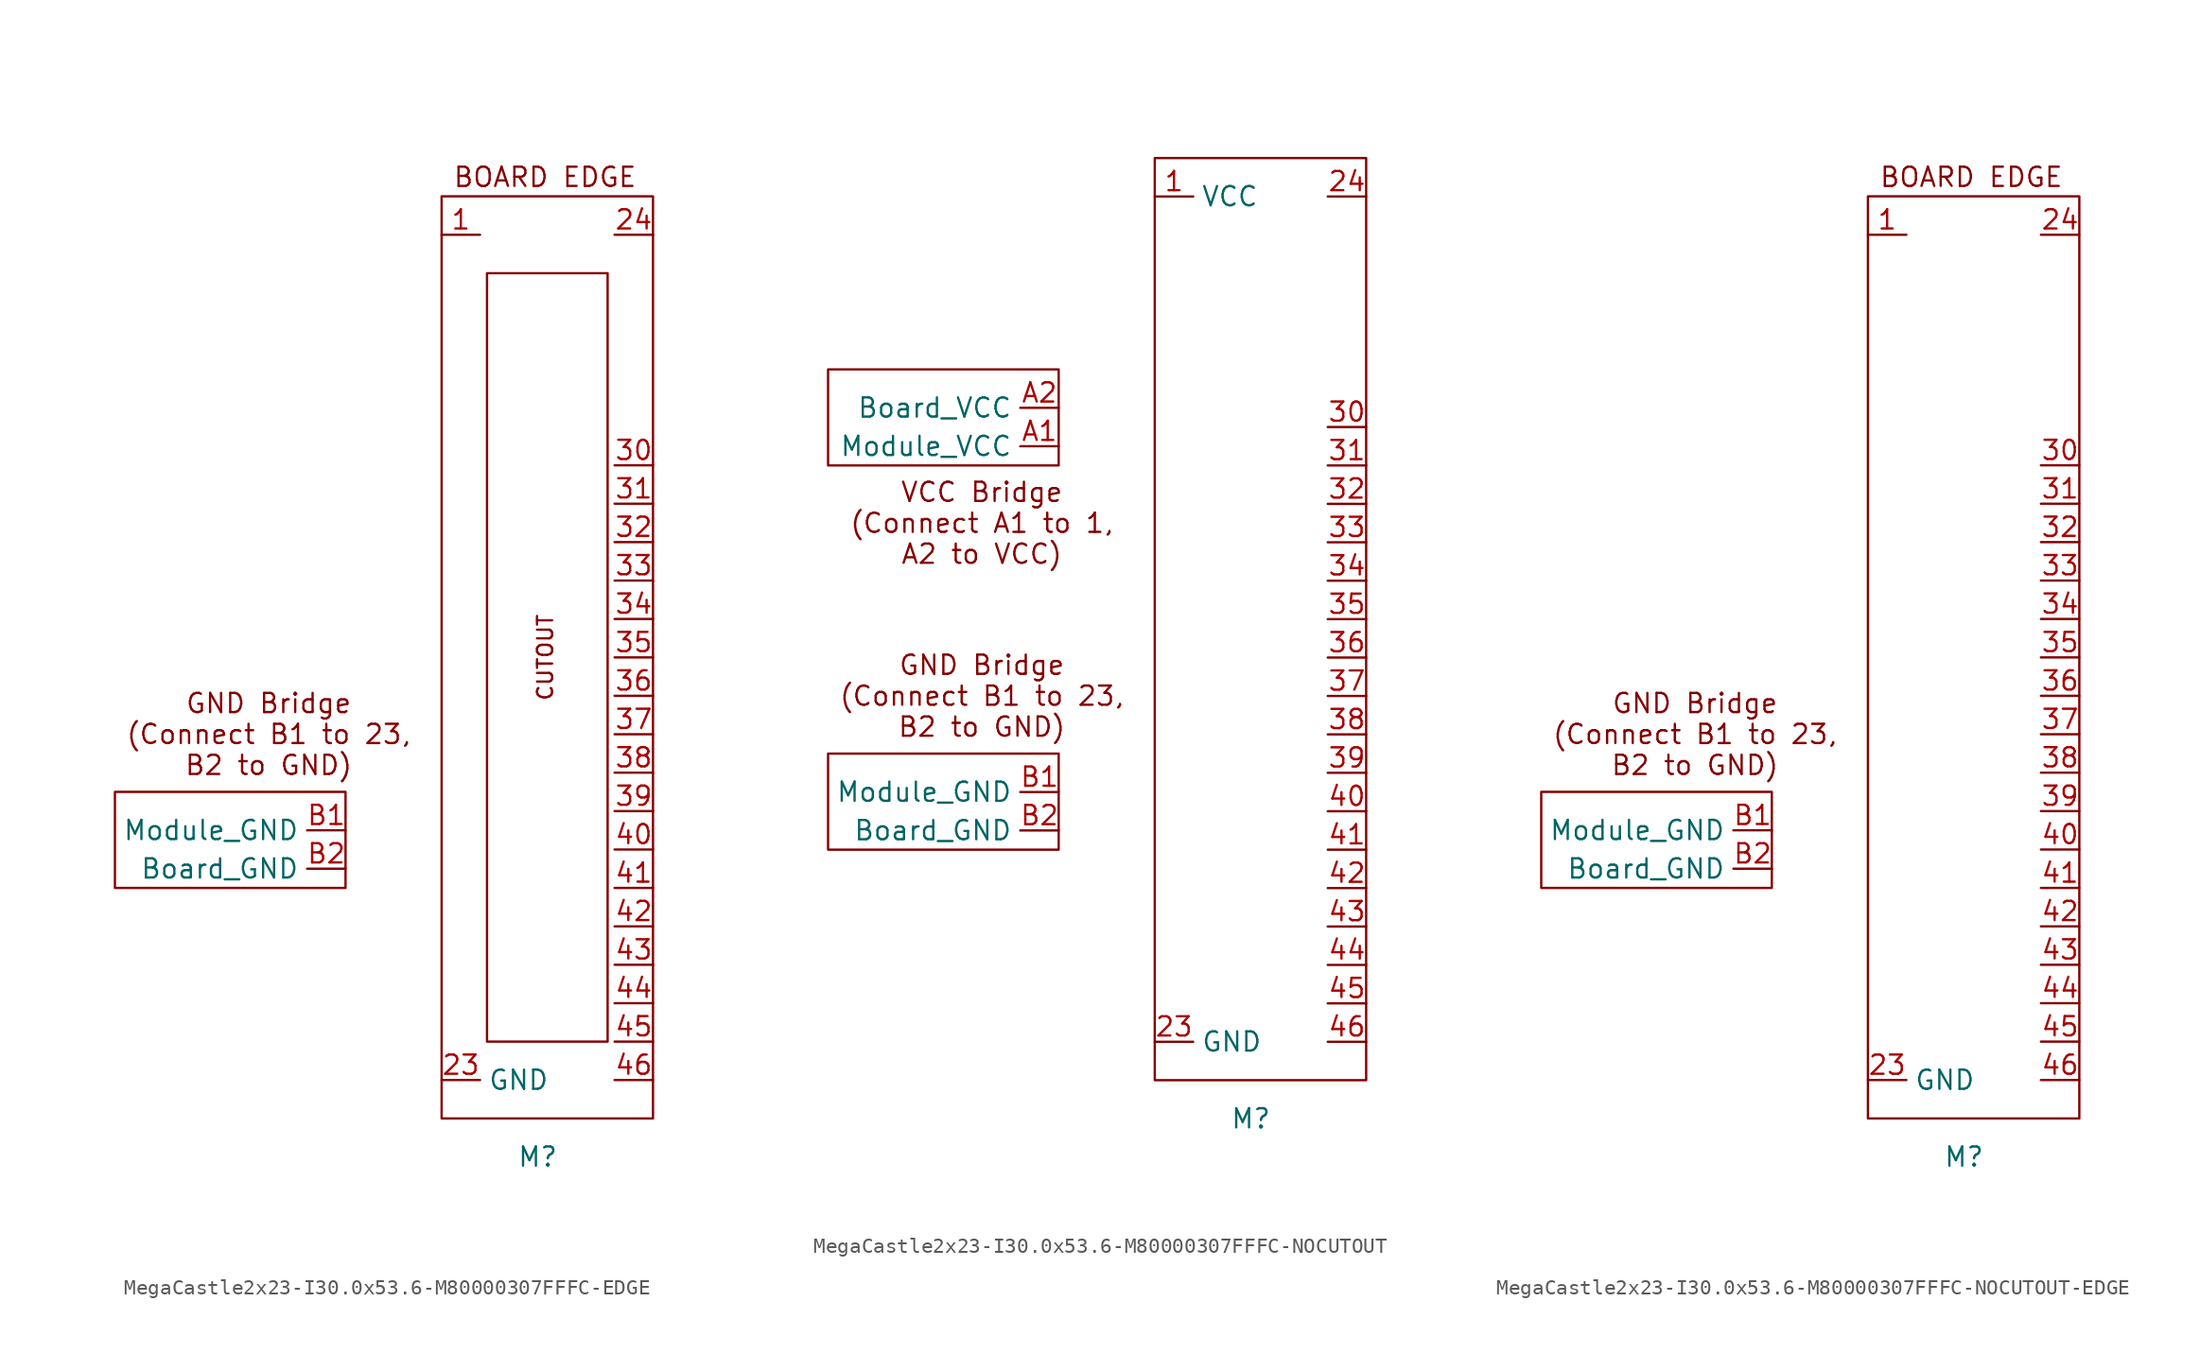
<source format=kicad_sym>
(kicad_symbol_lib
  (version 20231120)
  (generator "kicad_symbol_editor")
  (generator_version "8.0")
  (symbol "MegaCastle2x23-I30.0x53.6-M80000307FFFC-EDGE"
    (property "Reference" "M"
      (at 0 -33.02 0)
      (effects (font (size 1.27 1.27))))
    (property "Value" ""
      (at 0 5.08 0)
      (effects (font (size 1.27 1.27))))
    (symbol "MegaCastle2x23-I30.0x53.6-M80000307FFFC-EDGE_0_1"
      (rectangle (start -27.94 -8.89) (end -12.7 -15.24) (stroke (width 0) (type default)) (fill (type none)))
      (rectangle (start -6.35 30.48) (end 7.62 -30.48) (stroke (width 0) (type default)) (fill (type none)))
      (rectangle (start -3.35 25.4) (end 4.62 -25.4) (stroke (width 0) (type default)) (fill (type none))))
    (symbol "MegaCastle2x23-I30.0x53.6-M80000307FFFC-EDGE_1_1"
      (text "GND Bridge\n(Connect B1 to 23,\nB2 to GND)" (at -17.78 -5.08 0) (effects (font (size 1.27 1.27))))
      (text " BOARD EDGE" (at 0 31.75 0) (effects (font (size 1.27 1.27))))
      (text "CUTOUT" (at 0.5 0 900) (effects (font (size 1 1))))
      (pin bidirectional line (at -6.35 27.94 0) (length 2.54) (name "" (effects (font (size 1.27 1.27)))) (number "1" (effects (font (size 1.27 1.27)))))
      (pin bidirectional line (at -6.35 -27.94 0) (length 2.54) (name "GND" (effects (font (size 1.27 1.27)))) (number "23" (effects (font (size 1.27 1.27)))))
      (pin bidirectional line (at 7.62 27.94 180) (length 2.54) (name "" (effects (font (size 1.27 1.27)))) (number "24" (effects (font (size 1.27 1.27)))))
      (pin bidirectional line (at 7.62 12.7 180) (length 2.54) (name "" (effects (font (size 1.27 1.27)))) (number "30" (effects (font (size 1.27 1.27)))))
      (pin bidirectional line (at 7.62 10.16 180) (length 2.54) (name "" (effects (font (size 1.27 1.27)))) (number "31" (effects (font (size 1.27 1.27)))))
      (pin bidirectional line (at 7.62 7.62 180) (length 2.54) (name "" (effects (font (size 1.27 1.27)))) (number "32" (effects (font (size 1.27 1.27)))))
      (pin bidirectional line (at 7.62 5.08 180) (length 2.54) (name "" (effects (font (size 1.27 1.27)))) (number "33" (effects (font (size 1.27 1.27)))))
      (pin bidirectional line (at 7.62 2.54 180) (length 2.54) (name "" (effects (font (size 1.27 1.27)))) (number "34" (effects (font (size 1.27 1.27)))))
      (pin bidirectional line (at 7.62 0 180) (length 2.54) (name "" (effects (font (size 1.27 1.27)))) (number "35" (effects (font (size 1.27 1.27)))))
      (pin bidirectional line (at 7.62 -2.54 180) (length 2.54) (name "" (effects (font (size 1.27 1.27)))) (number "36" (effects (font (size 1.27 1.27)))))
      (pin bidirectional line (at 7.62 -5.08 180) (length 2.54) (name "" (effects (font (size 1.27 1.27)))) (number "37" (effects (font (size 1.27 1.27)))))
      (pin bidirectional line (at 7.62 -7.62 180) (length 2.54) (name "" (effects (font (size 1.27 1.27)))) (number "38" (effects (font (size 1.27 1.27)))))
      (pin bidirectional line (at 7.62 -10.16 180) (length 2.54) (name "" (effects (font (size 1.27 1.27)))) (number "39" (effects (font (size 1.27 1.27)))))
      (pin bidirectional line (at 7.62 -12.7 180) (length 2.54) (name "" (effects (font (size 1.27 1.27)))) (number "40" (effects (font (size 1.27 1.27)))))
      (pin bidirectional line (at 7.62 -15.24 180) (length 2.54) (name "" (effects (font (size 1.27 1.27)))) (number "41" (effects (font (size 1.27 1.27)))))
      (pin bidirectional line (at 7.62 -17.78 180) (length 2.54) (name "" (effects (font (size 1.27 1.27)))) (number "42" (effects (font (size 1.27 1.27)))))
      (pin bidirectional line (at 7.62 -20.32 180) (length 2.54) (name "" (effects (font (size 1.27 1.27)))) (number "43" (effects (font (size 1.27 1.27)))))
      (pin bidirectional line (at 7.62 -22.86 180) (length 2.54) (name "" (effects (font (size 1.27 1.27)))) (number "44" (effects (font (size 1.27 1.27)))))
      (pin bidirectional line (at 7.62 -25.4 180) (length 2.54) (name "" (effects (font (size 1.27 1.27)))) (number "45" (effects (font (size 1.27 1.27)))))
      (pin bidirectional line (at 7.62 -27.94 180) (length 2.54) (name "" (effects (font (size 1.27 1.27)))) (number "46" (effects (font (size 1.27 1.27)))))
      (pin bidirectional line (at -12.7 -11.43 180) (length 2.54) (name "Module_GND" (effects (font (size 1.27 1.27)))) (number "B1" (effects (font (size 1.27 1.27)))))
      (pin bidirectional line (at -12.7 -13.97 180) (length 2.54) (name "Board_GND" (effects (font (size 1.27 1.27)))) (number "B2" (effects (font (size 1.27 1.27)))))))
  (symbol "MegaCastle2x23-I30.0x53.6-M80000307FFFC-NOCUTOUT"
    (property "Reference" "M"
      (at 0 -33.02 0)
      (effects (font (size 1.27 1.27))))
    (property "Value" ""
      (at 0 5.08 0)
      (effects (font (size 1.27 1.27))))
    (symbol "MegaCastle2x23-I30.0x53.6-M80000307FFFC-NOCUTOUT_0_1"
      (rectangle (start -27.94 16.51) (end -12.7 10.16) (stroke (width 0) (type default)) (fill (type none)))
      (rectangle (start -27.94 -8.89) (end -12.7 -15.24) (stroke (width 0) (type default)) (fill (type none)))
      (rectangle (start -6.35 30.48) (end 7.62 -30.48) (stroke (width 0) (type default)) (fill (type none))))
    (symbol "MegaCastle2x23-I30.0x53.6-M80000307FFFC-NOCUTOUT_1_1"
      (text "GND Bridge\n(Connect B1 to 23,\nB2 to GND)" (at -17.78 -5.08 0) (effects (font (size 1.27 1.27))))
      (text "VCC Bridge\n(Connect A1 to 1,\nA2 to VCC)" (at -17.78 6.35 0) (effects (font (size 1.27 1.27))))
      (pin bidirectional line (at -6.35 27.94 0) (length 2.54) (name "VCC" (effects (font (size 1.27 1.27)))) (number "1" (effects (font (size 1.27 1.27)))))
      (pin bidirectional line (at -6.35 -27.94 0) (length 2.54) (name "GND" (effects (font (size 1.27 1.27)))) (number "23" (effects (font (size 1.27 1.27)))))
      (pin bidirectional line (at 7.62 27.94 180) (length 2.54) (name "" (effects (font (size 1.27 1.27)))) (number "24" (effects (font (size 1.27 1.27)))))
      (pin bidirectional line (at 7.62 12.7 180) (length 2.54) (name "" (effects (font (size 1.27 1.27)))) (number "30" (effects (font (size 1.27 1.27)))))
      (pin bidirectional line (at 7.62 10.16 180) (length 2.54) (name "" (effects (font (size 1.27 1.27)))) (number "31" (effects (font (size 1.27 1.27)))))
      (pin bidirectional line (at 7.62 7.62 180) (length 2.54) (name "" (effects (font (size 1.27 1.27)))) (number "32" (effects (font (size 1.27 1.27)))))
      (pin bidirectional line (at 7.62 5.08 180) (length 2.54) (name "" (effects (font (size 1.27 1.27)))) (number "33" (effects (font (size 1.27 1.27)))))
      (pin bidirectional line (at 7.62 2.54 180) (length 2.54) (name "" (effects (font (size 1.27 1.27)))) (number "34" (effects (font (size 1.27 1.27)))))
      (pin bidirectional line (at 7.62 0 180) (length 2.54) (name "" (effects (font (size 1.27 1.27)))) (number "35" (effects (font (size 1.27 1.27)))))
      (pin bidirectional line (at 7.62 -2.54 180) (length 2.54) (name "" (effects (font (size 1.27 1.27)))) (number "36" (effects (font (size 1.27 1.27)))))
      (pin bidirectional line (at 7.62 -5.08 180) (length 2.54) (name "" (effects (font (size 1.27 1.27)))) (number "37" (effects (font (size 1.27 1.27)))))
      (pin bidirectional line (at 7.62 -7.62 180) (length 2.54) (name "" (effects (font (size 1.27 1.27)))) (number "38" (effects (font (size 1.27 1.27)))))
      (pin bidirectional line (at 7.62 -10.16 180) (length 2.54) (name "" (effects (font (size 1.27 1.27)))) (number "39" (effects (font (size 1.27 1.27)))))
      (pin bidirectional line (at 7.62 -12.7 180) (length 2.54) (name "" (effects (font (size 1.27 1.27)))) (number "40" (effects (font (size 1.27 1.27)))))
      (pin bidirectional line (at 7.62 -15.24 180) (length 2.54) (name "" (effects (font (size 1.27 1.27)))) (number "41" (effects (font (size 1.27 1.27)))))
      (pin bidirectional line (at 7.62 -17.78 180) (length 2.54) (name "" (effects (font (size 1.27 1.27)))) (number "42" (effects (font (size 1.27 1.27)))))
      (pin bidirectional line (at 7.62 -20.32 180) (length 2.54) (name "" (effects (font (size 1.27 1.27)))) (number "43" (effects (font (size 1.27 1.27)))))
      (pin bidirectional line (at 7.62 -22.86 180) (length 2.54) (name "" (effects (font (size 1.27 1.27)))) (number "44" (effects (font (size 1.27 1.27)))))
      (pin bidirectional line (at 7.62 -25.4 180) (length 2.54) (name "" (effects (font (size 1.27 1.27)))) (number "45" (effects (font (size 1.27 1.27)))))
      (pin bidirectional line (at 7.62 -27.94 180) (length 2.54) (name "" (effects (font (size 1.27 1.27)))) (number "46" (effects (font (size 1.27 1.27)))))
      (pin bidirectional line (at -12.7 11.43 180) (length 2.54) (name "Module_VCC" (effects (font (size 1.27 1.27)))) (number "A1" (effects (font (size 1.27 1.27)))))
      (pin bidirectional line (at -12.7 13.97 180) (length 2.54) (name "Board_VCC" (effects (font (size 1.27 1.27)))) (number "A2" (effects (font (size 1.27 1.27)))))
      (pin bidirectional line (at -12.7 -11.43 180) (length 2.54) (name "Module_GND" (effects (font (size 1.27 1.27)))) (number "B1" (effects (font (size 1.27 1.27)))))
      (pin bidirectional line (at -12.7 -13.97 180) (length 2.54) (name "Board_GND" (effects (font (size 1.27 1.27)))) (number "B2" (effects (font (size 1.27 1.27)))))))
  (symbol "MegaCastle2x23-I30.0x53.6-M80000307FFFC-NOCUTOUT-EDGE"
    (property "Reference" "M"
      (at 0 -33.02 0)
      (effects (font (size 1.27 1.27))))
    (property "Value" ""
      (at 0 5.08 0)
      (effects (font (size 1.27 1.27))))
    (symbol "MegaCastle2x23-I30.0x53.6-M80000307FFFC-NOCUTOUT-EDGE_0_1"
      (rectangle (start -27.94 -8.89) (end -12.7 -15.24) (stroke (width 0) (type default)) (fill (type none)))
      (rectangle (start -6.35 30.48) (end 7.62 -30.48) (stroke (width 0) (type default)) (fill (type none))))
    (symbol "MegaCastle2x23-I30.0x53.6-M80000307FFFC-NOCUTOUT-EDGE_1_1"
      (text "GND Bridge\n(Connect B1 to 23,\nB2 to GND)" (at -17.78 -5.08 0) (effects (font (size 1.27 1.27))))
      (text " BOARD EDGE" (at 0 31.75 0) (effects (font (size 1.27 1.27))))
      (pin bidirectional line (at -6.35 27.94 0) (length 2.54) (name "" (effects (font (size 1.27 1.27)))) (number "1" (effects (font (size 1.27 1.27)))))
      (pin bidirectional line (at -6.35 -27.94 0) (length 2.54) (name "GND" (effects (font (size 1.27 1.27)))) (number "23" (effects (font (size 1.27 1.27)))))
      (pin bidirectional line (at 7.62 27.94 180) (length 2.54) (name "" (effects (font (size 1.27 1.27)))) (number "24" (effects (font (size 1.27 1.27)))))
      (pin bidirectional line (at 7.62 12.7 180) (length 2.54) (name "" (effects (font (size 1.27 1.27)))) (number "30" (effects (font (size 1.27 1.27)))))
      (pin bidirectional line (at 7.62 10.16 180) (length 2.54) (name "" (effects (font (size 1.27 1.27)))) (number "31" (effects (font (size 1.27 1.27)))))
      (pin bidirectional line (at 7.62 7.62 180) (length 2.54) (name "" (effects (font (size 1.27 1.27)))) (number "32" (effects (font (size 1.27 1.27)))))
      (pin bidirectional line (at 7.62 5.08 180) (length 2.54) (name "" (effects (font (size 1.27 1.27)))) (number "33" (effects (font (size 1.27 1.27)))))
      (pin bidirectional line (at 7.62 2.54 180) (length 2.54) (name "" (effects (font (size 1.27 1.27)))) (number "34" (effects (font (size 1.27 1.27)))))
      (pin bidirectional line (at 7.62 0 180) (length 2.54) (name "" (effects (font (size 1.27 1.27)))) (number "35" (effects (font (size 1.27 1.27)))))
      (pin bidirectional line (at 7.62 -2.54 180) (length 2.54) (name "" (effects (font (size 1.27 1.27)))) (number "36" (effects (font (size 1.27 1.27)))))
      (pin bidirectional line (at 7.62 -5.08 180) (length 2.54) (name "" (effects (font (size 1.27 1.27)))) (number "37" (effects (font (size 1.27 1.27)))))
      (pin bidirectional line (at 7.62 -7.62 180) (length 2.54) (name "" (effects (font (size 1.27 1.27)))) (number "38" (effects (font (size 1.27 1.27)))))
      (pin bidirectional line (at 7.62 -10.16 180) (length 2.54) (name "" (effects (font (size 1.27 1.27)))) (number "39" (effects (font (size 1.27 1.27)))))
      (pin bidirectional line (at 7.62 -12.7 180) (length 2.54) (name "" (effects (font (size 1.27 1.27)))) (number "40" (effects (font (size 1.27 1.27)))))
      (pin bidirectional line (at 7.62 -15.24 180) (length 2.54) (name "" (effects (font (size 1.27 1.27)))) (number "41" (effects (font (size 1.27 1.27)))))
      (pin bidirectional line (at 7.62 -17.78 180) (length 2.54) (name "" (effects (font (size 1.27 1.27)))) (number "42" (effects (font (size 1.27 1.27)))))
      (pin bidirectional line (at 7.62 -20.32 180) (length 2.54) (name "" (effects (font (size 1.27 1.27)))) (number "43" (effects (font (size 1.27 1.27)))))
      (pin bidirectional line (at 7.62 -22.86 180) (length 2.54) (name "" (effects (font (size 1.27 1.27)))) (number "44" (effects (font (size 1.27 1.27)))))
      (pin bidirectional line (at 7.62 -25.4 180) (length 2.54) (name "" (effects (font (size 1.27 1.27)))) (number "45" (effects (font (size 1.27 1.27)))))
      (pin bidirectional line (at 7.62 -27.94 180) (length 2.54) (name "" (effects (font (size 1.27 1.27)))) (number "46" (effects (font (size 1.27 1.27)))))
      (pin bidirectional line (at -12.7 -11.43 180) (length 2.54) (name "Module_GND" (effects (font (size 1.27 1.27)))) (number "B1" (effects (font (size 1.27 1.27)))))
      (pin bidirectional line (at -12.7 -13.97 180) (length 2.54) (name "Board_GND" (effects (font (size 1.27 1.27)))) (number "B2" (effects (font (size 1.27 1.27))))))))
</source>
